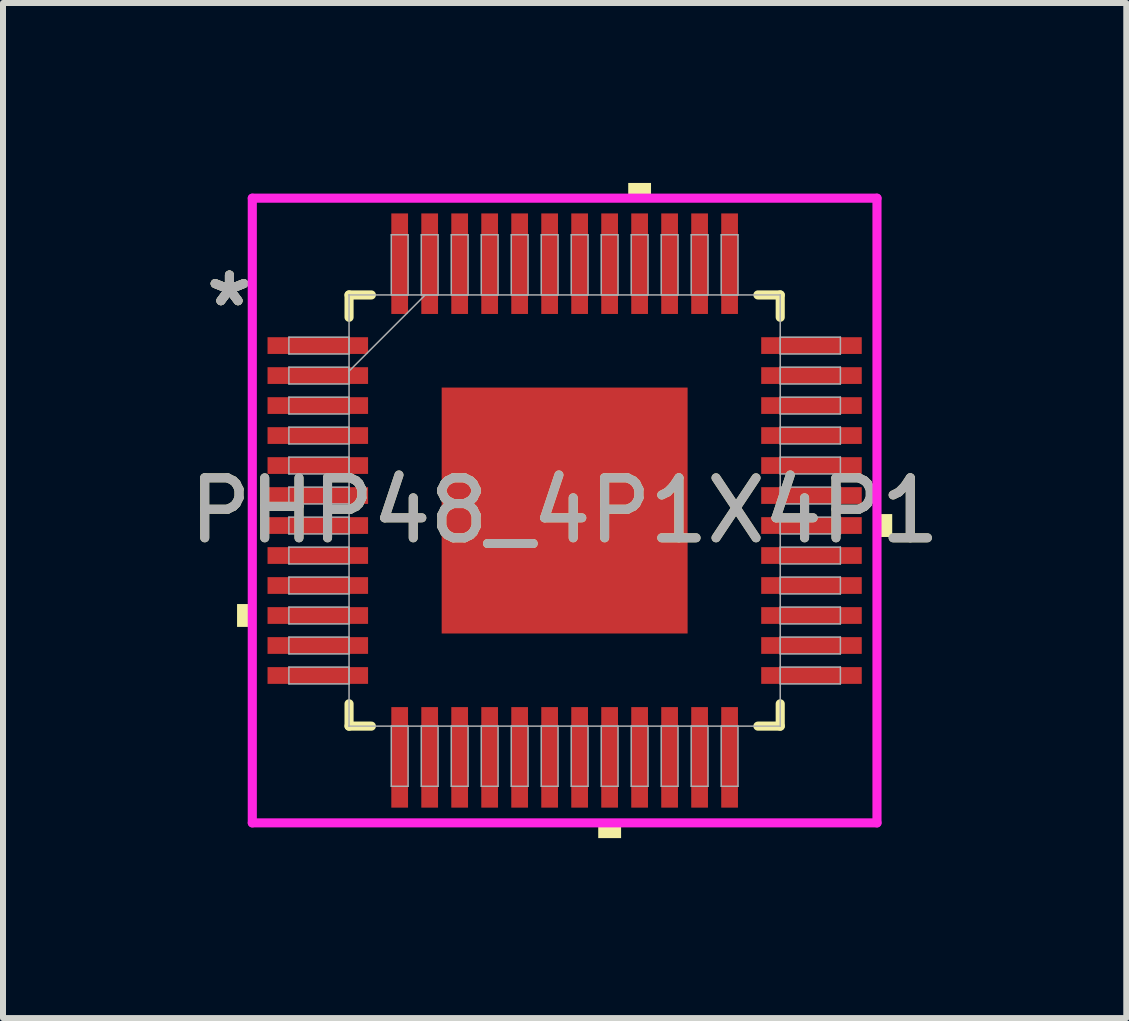
<source format=kicad_pcb>
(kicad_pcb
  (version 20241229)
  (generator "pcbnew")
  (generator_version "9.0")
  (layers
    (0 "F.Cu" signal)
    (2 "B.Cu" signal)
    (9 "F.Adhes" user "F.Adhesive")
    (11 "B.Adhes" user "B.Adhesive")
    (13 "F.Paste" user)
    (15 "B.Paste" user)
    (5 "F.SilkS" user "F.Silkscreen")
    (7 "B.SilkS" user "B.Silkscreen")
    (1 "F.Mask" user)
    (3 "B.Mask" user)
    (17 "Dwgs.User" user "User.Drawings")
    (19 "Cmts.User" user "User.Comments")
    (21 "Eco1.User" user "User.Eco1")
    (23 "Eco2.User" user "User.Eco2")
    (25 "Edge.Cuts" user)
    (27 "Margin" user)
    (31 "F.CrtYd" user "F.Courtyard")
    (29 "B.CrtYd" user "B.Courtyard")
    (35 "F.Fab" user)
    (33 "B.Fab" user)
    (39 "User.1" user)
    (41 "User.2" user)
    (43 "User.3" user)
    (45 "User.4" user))
  (footprint "PHP48_4P1X4P1"
    (layer "F.Cu")
    (at 6.363 5.461)
    (property "Reference" "PHP48_4P1X4P1" (at 0 0 0) (unlocked yes) (layer "F.SilkS") (effects (font (size 1 1) (thickness 0.15))))
    (attr smd)
    (fp_poly (pts (xy -2.114 -2.114) (xy -1.775 -2.114) (xy -1.775 2.114) (xy -2.114 2.114)) (stroke (width 0) (type solid)) (fill yes) (layer "F.Mask"))
    (fp_poly (pts (xy -2.114 -2.114) (xy 2.114 -2.114) (xy 2.114 -1.775) (xy -2.114 -1.775)) (stroke (width 0) (type solid)) (fill yes) (layer "F.Mask"))
    (fp_poly (pts (xy -2.114 -1.375) (xy 2.114 -1.375) (xy 2.114 -0.987) (xy -2.114 -0.987)) (stroke (width 0) (type solid)) (fill yes) (layer "F.Mask"))
    (fp_poly (pts (xy -2.114 -0.587) (xy 2.114 -0.587) (xy 2.114 -0.2) (xy -2.114 -0.2)) (stroke (width 0) (type solid)) (fill yes) (layer "F.Mask"))
    (fp_poly (pts (xy -2.114 0.2) (xy 2.114 0.2) (xy 2.114 0.587) (xy -2.114 0.587)) (stroke (width 0) (type solid)) (fill yes) (layer "F.Mask"))
    (fp_poly (pts (xy -2.114 0.987) (xy 2.114 0.987) (xy 2.114 1.375) (xy -2.114 1.375)) (stroke (width 0) (type solid)) (fill yes) (layer "F.Mask"))
    (fp_poly (pts (xy -2.114 1.775) (xy 2.114 1.775) (xy 2.114 2.114) (xy -2.114 2.114)) (stroke (width 0) (type solid)) (fill yes) (layer "F.Mask"))
    (fp_poly (pts (xy -0.987 -2.114) (xy -1.375 -2.114) (xy -1.375 2.114) (xy -0.987 2.114)) (stroke (width 0) (type solid)) (fill yes) (layer "F.Mask"))
    (fp_poly (pts (xy -0.2 -2.114) (xy -0.587 -2.114) (xy -0.587 2.114) (xy -0.2 2.114)) (stroke (width 0) (type solid)) (fill yes) (layer "F.Mask"))
    (fp_poly (pts (xy 0.587 -2.114) (xy 0.2 -2.114) (xy 0.2 2.114) (xy 0.587 2.114)) (stroke (width 0) (type solid)) (fill yes) (layer "F.Mask"))
    (fp_poly (pts (xy 1.375 -2.114) (xy 0.987 -2.114) (xy 0.987 2.114) (xy 1.375 2.114)) (stroke (width 0) (type solid)) (fill yes) (layer "F.Mask"))
    (fp_poly (pts (xy 1.775 -2.114) (xy 2.114 -2.114) (xy 2.114 2.114) (xy 1.775 2.114)) (stroke (width 0) (type solid)) (fill yes) (layer "F.Mask"))
    (fp_line (start -3.594 -3.594) (end -3.594 -3.222) (stroke (width 0.152) (type solid)) (layer "F.SilkS"))
    (fp_line (start -3.594 3.222) (end -3.594 3.594) (stroke (width 0.152) (type solid)) (layer "F.SilkS"))
    (fp_line (start -3.594 3.594) (end -3.222 3.594) (stroke (width 0.152) (type solid)) (layer "F.SilkS"))
    (fp_line (start -3.222 -3.594) (end -3.594 -3.594) (stroke (width 0.152) (type solid)) (layer "F.SilkS"))
    (fp_line (start 3.222 3.594) (end 3.594 3.594) (stroke (width 0.152) (type solid)) (layer "F.SilkS"))
    (fp_line (start 3.594 -3.594) (end 3.222 -3.594) (stroke (width 0.152) (type solid)) (layer "F.SilkS"))
    (fp_line (start 3.594 -3.222) (end 3.594 -3.594) (stroke (width 0.152) (type solid)) (layer "F.SilkS"))
    (fp_line (start 3.594 3.594) (end 3.594 3.222) (stroke (width 0.152) (type solid)) (layer "F.SilkS"))
    (fp_poly (pts (xy -5.461 1.559) (xy -5.461 1.94) (xy -5.207 1.94) (xy -5.207 1.559)) (stroke (width 0) (type solid)) (fill yes) (layer "F.SilkS"))
    (fp_poly (pts (xy 0.56 5.207) (xy 0.56 5.461) (xy 0.941 5.461) (xy 0.941 5.207)) (stroke (width 0) (type solid)) (fill yes) (layer "F.SilkS"))
    (fp_poly (pts (xy 1.06 -5.207) (xy 1.06 -5.461) (xy 1.44 -5.461) (xy 1.44 -5.207)) (stroke (width 0) (type solid)) (fill yes) (layer "F.SilkS"))
    (fp_poly (pts (xy 5.461 0.059) (xy 5.461 0.441) (xy 5.207 0.441) (xy 5.207 0.059)) (stroke (width 0) (type solid)) (fill yes) (layer "F.SilkS"))
    (fp_poly (pts (xy -1.975 -1.975) (xy -1.975 -1.675) (xy -1.816 -1.675) (xy -1.675 -1.816) (xy -1.675 -1.975)) (stroke (width 0) (type solid)) (fill yes) (layer "F.Paste"))
    (fp_poly (pts (xy -1.975 1.675) (xy -1.975 1.975) (xy -1.675 1.975) (xy -1.675 1.816) (xy -1.816 1.675)) (stroke (width 0) (type solid)) (fill yes) (layer "F.Paste"))
    (fp_poly (pts (xy 1.675 -1.975) (xy 1.675 -1.816) (xy 1.816 -1.675) (xy 1.975 -1.675) (xy 1.975 -1.975)) (stroke (width 0) (type solid)) (fill yes) (layer "F.Paste"))
    (fp_poly (pts (xy 1.816 1.675) (xy 1.675 1.816) (xy 1.675 1.975) (xy 1.975 1.975) (xy 1.975 1.675)) (stroke (width 0) (type solid)) (fill yes) (layer "F.Paste"))
    (fp_poly (pts (xy -1.975 -1.475) (xy -1.975 -0.887) (xy -1.816 -0.887) (xy -1.675 -1.029) (xy -1.675 -1.333) (xy -1.816 -1.475)) (stroke (width 0) (type solid)) (fill yes) (layer "F.Paste"))
    (fp_poly (pts (xy -1.975 -0.687) (xy -1.975 -0.1) (xy -1.816 -0.1) (xy -1.675 -0.241) (xy -1.675 -0.546) (xy -1.816 -0.687)) (stroke (width 0) (type solid)) (fill yes) (layer "F.Paste"))
    (fp_poly (pts (xy -1.975 0.1) (xy -1.975 0.687) (xy -1.816 0.687) (xy -1.675 0.546) (xy -1.675 0.241) (xy -1.816 0.1)) (stroke (width 0) (type solid)) (fill yes) (layer "F.Paste"))
    (fp_poly (pts (xy -1.975 0.887) (xy -1.975 1.475) (xy -1.816 1.475) (xy -1.675 1.333) (xy -1.675 1.029) (xy -1.816 0.887)) (stroke (width 0) (type solid)) (fill yes) (layer "F.Paste"))
    (fp_poly (pts (xy -1.475 -1.975) (xy -1.475 -1.816) (xy -1.333 -1.675) (xy -1.029 -1.675) (xy -0.887 -1.816) (xy -0.887 -1.975)) (stroke (width 0) (type solid)) (fill yes) (layer "F.Paste"))
    (fp_poly (pts (xy -1.333 1.675) (xy -1.475 1.816) (xy -1.475 1.975) (xy -0.887 1.975) (xy -0.887 1.816) (xy -1.029 1.675)) (stroke (width 0) (type solid)) (fill yes) (layer "F.Paste"))
    (fp_poly (pts (xy -0.687 -1.975) (xy -0.687 -1.816) (xy -0.546 -1.675) (xy -0.241 -1.675) (xy -0.1 -1.816) (xy -0.1 -1.975)) (stroke (width 0) (type solid)) (fill yes) (layer "F.Paste"))
    (fp_poly (pts (xy -0.546 1.675) (xy -0.687 1.816) (xy -0.687 1.975) (xy -0.1 1.975) (xy -0.1 1.816) (xy -0.241 1.675)) (stroke (width 0) (type solid)) (fill yes) (layer "F.Paste"))
    (fp_poly (pts (xy 0.1 -1.975) (xy 0.1 -1.816) (xy 0.241 -1.675) (xy 0.546 -1.675) (xy 0.687 -1.816) (xy 0.687 -1.975)) (stroke (width 0) (type solid)) (fill yes) (layer "F.Paste"))
    (fp_poly (pts (xy 0.241 1.675) (xy 0.1 1.816) (xy 0.1 1.975) (xy 0.687 1.975) (xy 0.687 1.816) (xy 0.546 1.675)) (stroke (width 0) (type solid)) (fill yes) (layer "F.Paste"))
    (fp_poly (pts (xy 0.887 -1.975) (xy 0.887 -1.816) (xy 1.029 -1.675) (xy 1.333 -1.675) (xy 1.475 -1.816) (xy 1.475 -1.975)) (stroke (width 0) (type solid)) (fill yes) (layer "F.Paste"))
    (fp_poly (pts (xy 1.029 1.675) (xy 0.887 1.816) (xy 0.887 1.975) (xy 1.475 1.975) (xy 1.475 1.816) (xy 1.333 1.675)) (stroke (width 0) (type solid)) (fill yes) (layer "F.Paste"))
    (fp_poly (pts (xy 1.816 -1.475) (xy 1.675 -1.333) (xy 1.675 -1.029) (xy 1.816 -0.887) (xy 1.975 -0.887) (xy 1.975 -1.475)) (stroke (width 0) (type solid)) (fill yes) (layer "F.Paste"))
    (fp_poly (pts (xy 1.816 -0.687) (xy 1.675 -0.546) (xy 1.675 -0.241) (xy 1.816 -0.1) (xy 1.975 -0.1) (xy 1.975 -0.687)) (stroke (width 0) (type solid)) (fill yes) (layer "F.Paste"))
    (fp_poly (pts (xy 1.816 0.1) (xy 1.675 0.241) (xy 1.675 0.546) (xy 1.816 0.687) (xy 1.975 0.687) (xy 1.975 0.1)) (stroke (width 0) (type solid)) (fill yes) (layer "F.Paste"))
    (fp_poly (pts (xy 1.816 0.887) (xy 1.675 1.029) (xy 1.675 1.333) (xy 1.816 1.475) (xy 1.975 1.475) (xy 1.975 0.887)) (stroke (width 0) (type solid)) (fill yes) (layer "F.Paste"))
    (fp_poly (pts (xy -1.333 -1.475) (xy -1.475 -1.333) (xy -1.475 -1.029) (xy -1.333 -0.887) (xy -1.029 -0.887) (xy -0.887 -1.029) (xy -0.887 -1.333) (xy -1.029 -1.475)) (stroke (width 0) (type solid)) (fill yes) (layer "F.Paste"))
    (fp_poly (pts (xy -1.333 -0.687) (xy -1.475 -0.546) (xy -1.475 -0.241) (xy -1.333 -0.1) (xy -1.029 -0.1) (xy -0.887 -0.241) (xy -0.887 -0.546) (xy -1.029 -0.687)) (stroke (width 0) (type solid)) (fill yes) (layer "F.Paste"))
    (fp_poly (pts (xy -1.333 0.1) (xy -1.475 0.241) (xy -1.475 0.546) (xy -1.333 0.687) (xy -1.029 0.687) (xy -0.887 0.546) (xy -0.887 0.241) (xy -1.029 0.1)) (stroke (width 0) (type solid)) (fill yes) (layer "F.Paste"))
    (fp_poly (pts (xy -1.333 0.887) (xy -1.475 1.029) (xy -1.475 1.333) (xy -1.333 1.475) (xy -1.029 1.475) (xy -0.887 1.333) (xy -0.887 1.029) (xy -1.029 0.887)) (stroke (width 0) (type solid)) (fill yes) (layer "F.Paste"))
    (fp_poly (pts (xy -0.546 -1.475) (xy -0.687 -1.333) (xy -0.687 -1.029) (xy -0.546 -0.887) (xy -0.241 -0.887) (xy -0.1 -1.029) (xy -0.1 -1.333) (xy -0.241 -1.475)) (stroke (width 0) (type solid)) (fill yes) (layer "F.Paste"))
    (fp_poly (pts (xy -0.546 -0.687) (xy -0.687 -0.546) (xy -0.687 -0.241) (xy -0.546 -0.1) (xy -0.241 -0.1) (xy -0.1 -0.241) (xy -0.1 -0.546) (xy -0.241 -0.687)) (stroke (width 0) (type solid)) (fill yes) (layer "F.Paste"))
    (fp_poly (pts (xy -0.546 0.1) (xy -0.687 0.241) (xy -0.687 0.546) (xy -0.546 0.687) (xy -0.241 0.687) (xy -0.1 0.546) (xy -0.1 0.241) (xy -0.241 0.1)) (stroke (width 0) (type solid)) (fill yes) (layer "F.Paste"))
    (fp_poly (pts (xy -0.546 0.887) (xy -0.687 1.029) (xy -0.687 1.333) (xy -0.546 1.475) (xy -0.241 1.475) (xy -0.1 1.333) (xy -0.1 1.029) (xy -0.241 0.887)) (stroke (width 0) (type solid)) (fill yes) (layer "F.Paste"))
    (fp_poly (pts (xy 0.241 -1.475) (xy 0.1 -1.333) (xy 0.1 -1.029) (xy 0.241 -0.887) (xy 0.546 -0.887) (xy 0.687 -1.029) (xy 0.687 -1.333) (xy 0.546 -1.475)) (stroke (width 0) (type solid)) (fill yes) (layer "F.Paste"))
    (fp_poly (pts (xy 0.241 -0.687) (xy 0.1 -0.546) (xy 0.1 -0.241) (xy 0.241 -0.1) (xy 0.546 -0.1) (xy 0.687 -0.241) (xy 0.687 -0.546) (xy 0.546 -0.687)) (stroke (width 0) (type solid)) (fill yes) (layer "F.Paste"))
    (fp_poly (pts (xy 0.241 0.1) (xy 0.1 0.241) (xy 0.1 0.546) (xy 0.241 0.687) (xy 0.546 0.687) (xy 0.687 0.546) (xy 0.687 0.241) (xy 0.546 0.1)) (stroke (width 0) (type solid)) (fill yes) (layer "F.Paste"))
    (fp_poly (pts (xy 0.241 0.887) (xy 0.1 1.029) (xy 0.1 1.333) (xy 0.241 1.475) (xy 0.546 1.475) (xy 0.687 1.333) (xy 0.687 1.029) (xy 0.546 0.887)) (stroke (width 0) (type solid)) (fill yes) (layer "F.Paste"))
    (fp_poly (pts (xy 1.029 -1.475) (xy 0.887 -1.333) (xy 0.887 -1.029) (xy 1.029 -0.887) (xy 1.333 -0.887) (xy 1.475 -1.029) (xy 1.475 -1.333) (xy 1.333 -1.475)) (stroke (width 0) (type solid)) (fill yes) (layer "F.Paste"))
    (fp_poly (pts (xy 1.029 -0.687) (xy 0.887 -0.546) (xy 0.887 -0.241) (xy 1.029 -0.1) (xy 1.333 -0.1) (xy 1.475 -0.241) (xy 1.475 -0.546) (xy 1.333 -0.687)) (stroke (width 0) (type solid)) (fill yes) (layer "F.Paste"))
    (fp_poly (pts (xy 1.029 0.1) (xy 0.887 0.241) (xy 0.887 0.546) (xy 1.029 0.687) (xy 1.333 0.687) (xy 1.475 0.546) (xy 1.475 0.241) (xy 1.333 0.1)) (stroke (width 0) (type solid)) (fill yes) (layer "F.Paste"))
    (fp_poly (pts (xy 1.029 0.887) (xy 0.887 1.029) (xy 0.887 1.333) (xy 1.029 1.475) (xy 1.333 1.475) (xy 1.475 1.333) (xy 1.475 1.029) (xy 1.333 0.887)) (stroke (width 0) (type solid)) (fill yes) (layer "F.Paste"))
    (fp_line (start -5.207 -5.207) (end 5.207 -5.207) (stroke (width 0.152) (type solid)) (layer "F.CrtYd"))
    (fp_line (start -5.207 5.207) (end -5.207 -5.207) (stroke (width 0.152) (type solid)) (layer "F.CrtYd"))
    (fp_line (start 5.207 -5.207) (end 5.207 5.207) (stroke (width 0.152) (type solid)) (layer "F.CrtYd"))
    (fp_line (start 5.207 5.207) (end -5.207 5.207) (stroke (width 0.152) (type solid)) (layer "F.CrtYd"))
    (fp_line (start -4.597 -2.89) (end -4.597 -2.61) (stroke (width 0.025) (type solid)) (layer "F.Fab"))
    (fp_line (start -4.597 -2.61) (end -3.594 -2.61) (stroke (width 0.025) (type solid)) (layer "F.Fab"))
    (fp_line (start -4.597 -2.39) (end -4.597 -2.11) (stroke (width 0.025) (type solid)) (layer "F.Fab"))
    (fp_line (start -4.597 -2.11) (end -3.594 -2.11) (stroke (width 0.025) (type solid)) (layer "F.Fab"))
    (fp_line (start -4.597 -1.89) (end -4.597 -1.61) (stroke (width 0.025) (type solid)) (layer "F.Fab"))
    (fp_line (start -4.597 -1.61) (end -3.594 -1.61) (stroke (width 0.025) (type solid)) (layer "F.Fab"))
    (fp_line (start -4.597 -1.39) (end -4.597 -1.11) (stroke (width 0.025) (type solid)) (layer "F.Fab"))
    (fp_line (start -4.597 -1.11) (end -3.594 -1.11) (stroke (width 0.025) (type solid)) (layer "F.Fab"))
    (fp_line (start -4.597 -0.89) (end -4.597 -0.61) (stroke (width 0.025) (type solid)) (layer "F.Fab"))
    (fp_line (start -4.597 -0.61) (end -3.594 -0.61) (stroke (width 0.025) (type solid)) (layer "F.Fab"))
    (fp_line (start -4.597 -0.39) (end -4.597 -0.11) (stroke (width 0.025) (type solid)) (layer "F.Fab"))
    (fp_line (start -4.597 -0.11) (end -3.594 -0.11) (stroke (width 0.025) (type solid)) (layer "F.Fab"))
    (fp_line (start -4.597 0.11) (end -4.597 0.39) (stroke (width 0.025) (type solid)) (layer "F.Fab"))
    (fp_line (start -4.597 0.39) (end -3.594 0.39) (stroke (width 0.025) (type solid)) (layer "F.Fab"))
    (fp_line (start -4.597 0.61) (end -4.597 0.89) (stroke (width 0.025) (type solid)) (layer "F.Fab"))
    (fp_line (start -4.597 0.89) (end -3.594 0.89) (stroke (width 0.025) (type solid)) (layer "F.Fab"))
    (fp_line (start -4.597 1.11) (end -4.597 1.39) (stroke (width 0.025) (type solid)) (layer "F.Fab"))
    (fp_line (start -4.597 1.39) (end -3.594 1.39) (stroke (width 0.025) (type solid)) (layer "F.Fab"))
    (fp_line (start -4.597 1.61) (end -4.597 1.89) (stroke (width 0.025) (type solid)) (layer "F.Fab"))
    (fp_line (start -4.597 1.89) (end -3.594 1.89) (stroke (width 0.025) (type solid)) (layer "F.Fab"))
    (fp_line (start -4.597 2.11) (end -4.597 2.39) (stroke (width 0.025) (type solid)) (layer "F.Fab"))
    (fp_line (start -4.597 2.39) (end -3.594 2.39) (stroke (width 0.025) (type solid)) (layer "F.Fab"))
    (fp_line (start -4.597 2.61) (end -4.597 2.89) (stroke (width 0.025) (type solid)) (layer "F.Fab"))
    (fp_line (start -4.597 2.89) (end -3.594 2.89) (stroke (width 0.025) (type solid)) (layer "F.Fab"))
    (fp_line (start -3.594 -3.594) (end -3.594 -3.594) (stroke (width 0.025) (type solid)) (layer "F.Fab"))
    (fp_line (start -3.594 -3.594) (end -3.594 3.594) (stroke (width 0.025) (type solid)) (layer "F.Fab"))
    (fp_line (start -3.594 -2.89) (end -4.597 -2.89) (stroke (width 0.025) (type solid)) (layer "F.Fab"))
    (fp_line (start -3.594 -2.61) (end -3.594 -2.89) (stroke (width 0.025) (type solid)) (layer "F.Fab"))
    (fp_line (start -3.594 -2.39) (end -4.597 -2.39) (stroke (width 0.025) (type solid)) (layer "F.Fab"))
    (fp_line (start -3.594 -2.324) (end -2.324 -3.594) (stroke (width 0.025) (type solid)) (layer "F.Fab"))
    (fp_line (start -3.594 -2.11) (end -3.594 -2.39) (stroke (width 0.025) (type solid)) (layer "F.Fab"))
    (fp_line (start -3.594 -1.89) (end -4.597 -1.89) (stroke (width 0.025) (type solid)) (layer "F.Fab"))
    (fp_line (start -3.594 -1.61) (end -3.594 -1.89) (stroke (width 0.025) (type solid)) (layer "F.Fab"))
    (fp_line (start -3.594 -1.39) (end -4.597 -1.39) (stroke (width 0.025) (type solid)) (layer "F.Fab"))
    (fp_line (start -3.594 -1.11) (end -3.594 -1.39) (stroke (width 0.025) (type solid)) (layer "F.Fab"))
    (fp_line (start -3.594 -0.89) (end -4.597 -0.89) (stroke (width 0.025) (type solid)) (layer "F.Fab"))
    (fp_line (start -3.594 -0.61) (end -3.594 -0.89) (stroke (width 0.025) (type solid)) (layer "F.Fab"))
    (fp_line (start -3.594 -0.39) (end -4.597 -0.39) (stroke (width 0.025) (type solid)) (layer "F.Fab"))
    (fp_line (start -3.594 -0.11) (end -3.594 -0.39) (stroke (width 0.025) (type solid)) (layer "F.Fab"))
    (fp_line (start -3.594 0.11) (end -4.597 0.11) (stroke (width 0.025) (type solid)) (layer "F.Fab"))
    (fp_line (start -3.594 0.39) (end -3.594 0.11) (stroke (width 0.025) (type solid)) (layer "F.Fab"))
    (fp_line (start -3.594 0.61) (end -4.597 0.61) (stroke (width 0.025) (type solid)) (layer "F.Fab"))
    (fp_line (start -3.594 0.89) (end -3.594 0.61) (stroke (width 0.025) (type solid)) (layer "F.Fab"))
    (fp_line (start -3.594 1.11) (end -4.597 1.11) (stroke (width 0.025) (type solid)) (layer "F.Fab"))
    (fp_line (start -3.594 1.39) (end -3.594 1.11) (stroke (width 0.025) (type solid)) (layer "F.Fab"))
    (fp_line (start -3.594 1.61) (end -4.597 1.61) (stroke (width 0.025) (type solid)) (layer "F.Fab"))
    (fp_line (start -3.594 1.89) (end -3.594 1.61) (stroke (width 0.025) (type solid)) (layer "F.Fab"))
    (fp_line (start -3.594 2.11) (end -4.597 2.11) (stroke (width 0.025) (type solid)) (layer "F.Fab"))
    (fp_line (start -3.594 2.39) (end -3.594 2.11) (stroke (width 0.025) (type solid)) (layer "F.Fab"))
    (fp_line (start -3.594 2.61) (end -4.597 2.61) (stroke (width 0.025) (type solid)) (layer "F.Fab"))
    (fp_line (start -3.594 2.89) (end -3.594 2.61) (stroke (width 0.025) (type solid)) (layer "F.Fab"))
    (fp_line (start -3.594 3.594) (end -3.594 3.594) (stroke (width 0.025) (type solid)) (layer "F.Fab"))
    (fp_line (start -3.594 3.594) (end 3.594 3.594) (stroke (width 0.025) (type solid)) (layer "F.Fab"))
    (fp_line (start -2.89 -4.597) (end -2.89 -3.594) (stroke (width 0.025) (type solid)) (layer "F.Fab"))
    (fp_line (start -2.89 -3.594) (end -2.61 -3.594) (stroke (width 0.025) (type solid)) (layer "F.Fab"))
    (fp_line (start -2.89 3.594) (end -2.89 4.597) (stroke (width 0.025) (type solid)) (layer "F.Fab"))
    (fp_line (start -2.89 4.597) (end -2.61 4.597) (stroke (width 0.025) (type solid)) (layer "F.Fab"))
    (fp_line (start -2.61 -4.597) (end -2.89 -4.597) (stroke (width 0.025) (type solid)) (layer "F.Fab"))
    (fp_line (start -2.61 -3.594) (end -2.61 -4.597) (stroke (width 0.025) (type solid)) (layer "F.Fab"))
    (fp_line (start -2.61 3.594) (end -2.89 3.594) (stroke (width 0.025) (type solid)) (layer "F.Fab"))
    (fp_line (start -2.61 4.597) (end -2.61 3.594) (stroke (width 0.025) (type solid)) (layer "F.Fab"))
    (fp_line (start -2.39 -4.597) (end -2.39 -3.594) (stroke (width 0.025) (type solid)) (layer "F.Fab"))
    (fp_line (start -2.39 -3.594) (end -2.11 -3.594) (stroke (width 0.025) (type solid)) (layer "F.Fab"))
    (fp_line (start -2.39 3.594) (end -2.39 4.597) (stroke (width 0.025) (type solid)) (layer "F.Fab"))
    (fp_line (start -2.39 4.597) (end -2.11 4.597) (stroke (width 0.025) (type solid)) (layer "F.Fab"))
    (fp_line (start -2.11 -4.597) (end -2.39 -4.597) (stroke (width 0.025) (type solid)) (layer "F.Fab"))
    (fp_line (start -2.11 -3.594) (end -2.11 -4.597) (stroke (width 0.025) (type solid)) (layer "F.Fab"))
    (fp_line (start -2.11 3.594) (end -2.39 3.594) (stroke (width 0.025) (type solid)) (layer "F.Fab"))
    (fp_line (start -2.11 4.597) (end -2.11 3.594) (stroke (width 0.025) (type solid)) (layer "F.Fab"))
    (fp_line (start -1.89 -4.597) (end -1.89 -3.594) (stroke (width 0.025) (type solid)) (layer "F.Fab"))
    (fp_line (start -1.89 -3.594) (end -1.61 -3.594) (stroke (width 0.025) (type solid)) (layer "F.Fab"))
    (fp_line (start -1.89 3.594) (end -1.89 4.597) (stroke (width 0.025) (type solid)) (layer "F.Fab"))
    (fp_line (start -1.89 4.597) (end -1.61 4.597) (stroke (width 0.025) (type solid)) (layer "F.Fab"))
    (fp_line (start -1.61 -4.597) (end -1.89 -4.597) (stroke (width 0.025) (type solid)) (layer "F.Fab"))
    (fp_line (start -1.61 -3.594) (end -1.61 -4.597) (stroke (width 0.025) (type solid)) (layer "F.Fab"))
    (fp_line (start -1.61 3.594) (end -1.89 3.594) (stroke (width 0.025) (type solid)) (layer "F.Fab"))
    (fp_line (start -1.61 4.597) (end -1.61 3.594) (stroke (width 0.025) (type solid)) (layer "F.Fab"))
    (fp_line (start -1.39 -4.597) (end -1.39 -3.594) (stroke (width 0.025) (type solid)) (layer "F.Fab"))
    (fp_line (start -1.39 -3.594) (end -1.11 -3.594) (stroke (width 0.025) (type solid)) (layer "F.Fab"))
    (fp_line (start -1.39 3.594) (end -1.39 4.597) (stroke (width 0.025) (type solid)) (layer "F.Fab"))
    (fp_line (start -1.39 4.597) (end -1.11 4.597) (stroke (width 0.025) (type solid)) (layer "F.Fab"))
    (fp_line (start -1.11 -4.597) (end -1.39 -4.597) (stroke (width 0.025) (type solid)) (layer "F.Fab"))
    (fp_line (start -1.11 -3.594) (end -1.11 -4.597) (stroke (width 0.025) (type solid)) (layer "F.Fab"))
    (fp_line (start -1.11 3.594) (end -1.39 3.594) (stroke (width 0.025) (type solid)) (layer "F.Fab"))
    (fp_line (start -1.11 4.597) (end -1.11 3.594) (stroke (width 0.025) (type solid)) (layer "F.Fab"))
    (fp_line (start -0.89 -4.597) (end -0.89 -3.594) (stroke (width 0.025) (type solid)) (layer "F.Fab"))
    (fp_line (start -0.89 -3.594) (end -0.61 -3.594) (stroke (width 0.025) (type solid)) (layer "F.Fab"))
    (fp_line (start -0.89 3.594) (end -0.89 4.597) (stroke (width 0.025) (type solid)) (layer "F.Fab"))
    (fp_line (start -0.89 4.597) (end -0.61 4.597) (stroke (width 0.025) (type solid)) (layer "F.Fab"))
    (fp_line (start -0.61 -4.597) (end -0.89 -4.597) (stroke (width 0.025) (type solid)) (layer "F.Fab"))
    (fp_line (start -0.61 -3.594) (end -0.61 -4.597) (stroke (width 0.025) (type solid)) (layer "F.Fab"))
    (fp_line (start -0.61 3.594) (end -0.89 3.594) (stroke (width 0.025) (type solid)) (layer "F.Fab"))
    (fp_line (start -0.61 4.597) (end -0.61 3.594) (stroke (width 0.025) (type solid)) (layer "F.Fab"))
    (fp_line (start -0.39 -4.597) (end -0.39 -3.594) (stroke (width 0.025) (type solid)) (layer "F.Fab"))
    (fp_line (start -0.39 -3.594) (end -0.11 -3.594) (stroke (width 0.025) (type solid)) (layer "F.Fab"))
    (fp_line (start -0.39 3.594) (end -0.39 4.597) (stroke (width 0.025) (type solid)) (layer "F.Fab"))
    (fp_line (start -0.39 4.597) (end -0.11 4.597) (stroke (width 0.025) (type solid)) (layer "F.Fab"))
    (fp_line (start -0.11 -4.597) (end -0.39 -4.597) (stroke (width 0.025) (type solid)) (layer "F.Fab"))
    (fp_line (start -0.11 -3.594) (end -0.11 -4.597) (stroke (width 0.025) (type solid)) (layer "F.Fab"))
    (fp_line (start -0.11 3.594) (end -0.39 3.594) (stroke (width 0.025) (type solid)) (layer "F.Fab"))
    (fp_line (start -0.11 4.597) (end -0.11 3.594) (stroke (width 0.025) (type solid)) (layer "F.Fab"))
    (fp_line (start 0.11 -4.597) (end 0.11 -3.594) (stroke (width 0.025) (type solid)) (layer "F.Fab"))
    (fp_line (start 0.11 -3.594) (end 0.39 -3.594) (stroke (width 0.025) (type solid)) (layer "F.Fab"))
    (fp_line (start 0.11 3.594) (end 0.11 4.597) (stroke (width 0.025) (type solid)) (layer "F.Fab"))
    (fp_line (start 0.11 4.597) (end 0.39 4.597) (stroke (width 0.025) (type solid)) (layer "F.Fab"))
    (fp_line (start 0.39 -4.597) (end 0.11 -4.597) (stroke (width 0.025) (type solid)) (layer "F.Fab"))
    (fp_line (start 0.39 -3.594) (end 0.39 -4.597) (stroke (width 0.025) (type solid)) (layer "F.Fab"))
    (fp_line (start 0.39 3.594) (end 0.11 3.594) (stroke (width 0.025) (type solid)) (layer "F.Fab"))
    (fp_line (start 0.39 4.597) (end 0.39 3.594) (stroke (width 0.025) (type solid)) (layer "F.Fab"))
    (fp_line (start 0.61 -4.597) (end 0.61 -3.594) (stroke (width 0.025) (type solid)) (layer "F.Fab"))
    (fp_line (start 0.61 -3.594) (end 0.89 -3.594) (stroke (width 0.025) (type solid)) (layer "F.Fab"))
    (fp_line (start 0.61 3.594) (end 0.61 4.597) (stroke (width 0.025) (type solid)) (layer "F.Fab"))
    (fp_line (start 0.61 4.597) (end 0.89 4.597) (stroke (width 0.025) (type solid)) (layer "F.Fab"))
    (fp_line (start 0.89 -4.597) (end 0.61 -4.597) (stroke (width 0.025) (type solid)) (layer "F.Fab"))
    (fp_line (start 0.89 -3.594) (end 0.89 -4.597) (stroke (width 0.025) (type solid)) (layer "F.Fab"))
    (fp_line (start 0.89 3.594) (end 0.61 3.594) (stroke (width 0.025) (type solid)) (layer "F.Fab"))
    (fp_line (start 0.89 4.597) (end 0.89 3.594) (stroke (width 0.025) (type solid)) (layer "F.Fab"))
    (fp_line (start 1.11 -4.597) (end 1.11 -3.594) (stroke (width 0.025) (type solid)) (layer "F.Fab"))
    (fp_line (start 1.11 -3.594) (end 1.39 -3.594) (stroke (width 0.025) (type solid)) (layer "F.Fab"))
    (fp_line (start 1.11 3.594) (end 1.11 4.597) (stroke (width 0.025) (type solid)) (layer "F.Fab"))
    (fp_line (start 1.11 4.597) (end 1.39 4.597) (stroke (width 0.025) (type solid)) (layer "F.Fab"))
    (fp_line (start 1.39 -4.597) (end 1.11 -4.597) (stroke (width 0.025) (type solid)) (layer "F.Fab"))
    (fp_line (start 1.39 -3.594) (end 1.39 -4.597) (stroke (width 0.025) (type solid)) (layer "F.Fab"))
    (fp_line (start 1.39 3.594) (end 1.11 3.594) (stroke (width 0.025) (type solid)) (layer "F.Fab"))
    (fp_line (start 1.39 4.597) (end 1.39 3.594) (stroke (width 0.025) (type solid)) (layer "F.Fab"))
    (fp_line (start 1.61 -4.597) (end 1.61 -3.594) (stroke (width 0.025) (type solid)) (layer "F.Fab"))
    (fp_line (start 1.61 -3.594) (end 1.89 -3.594) (stroke (width 0.025) (type solid)) (layer "F.Fab"))
    (fp_line (start 1.61 3.594) (end 1.61 4.597) (stroke (width 0.025) (type solid)) (layer "F.Fab"))
    (fp_line (start 1.61 4.597) (end 1.89 4.597) (stroke (width 0.025) (type solid)) (layer "F.Fab"))
    (fp_line (start 1.89 -4.597) (end 1.61 -4.597) (stroke (width 0.025) (type solid)) (layer "F.Fab"))
    (fp_line (start 1.89 -3.594) (end 1.89 -4.597) (stroke (width 0.025) (type solid)) (layer "F.Fab"))
    (fp_line (start 1.89 3.594) (end 1.61 3.594) (stroke (width 0.025) (type solid)) (layer "F.Fab"))
    (fp_line (start 1.89 4.597) (end 1.89 3.594) (stroke (width 0.025) (type solid)) (layer "F.Fab"))
    (fp_line (start 2.11 -4.597) (end 2.11 -3.594) (stroke (width 0.025) (type solid)) (layer "F.Fab"))
    (fp_line (start 2.11 -3.594) (end 2.39 -3.594) (stroke (width 0.025) (type solid)) (layer "F.Fab"))
    (fp_line (start 2.11 3.594) (end 2.11 4.597) (stroke (width 0.025) (type solid)) (layer "F.Fab"))
    (fp_line (start 2.11 4.597) (end 2.39 4.597) (stroke (width 0.025) (type solid)) (layer "F.Fab"))
    (fp_line (start 2.39 -4.597) (end 2.11 -4.597) (stroke (width 0.025) (type solid)) (layer "F.Fab"))
    (fp_line (start 2.39 -3.594) (end 2.39 -4.597) (stroke (width 0.025) (type solid)) (layer "F.Fab"))
    (fp_line (start 2.39 3.594) (end 2.11 3.594) (stroke (width 0.025) (type solid)) (layer "F.Fab"))
    (fp_line (start 2.39 4.597) (end 2.39 3.594) (stroke (width 0.025) (type solid)) (layer "F.Fab"))
    (fp_line (start 2.61 -4.597) (end 2.61 -3.594) (stroke (width 0.025) (type solid)) (layer "F.Fab"))
    (fp_line (start 2.61 -3.594) (end 2.89 -3.594) (stroke (width 0.025) (type solid)) (layer "F.Fab"))
    (fp_line (start 2.61 3.594) (end 2.61 4.597) (stroke (width 0.025) (type solid)) (layer "F.Fab"))
    (fp_line (start 2.61 4.597) (end 2.89 4.597) (stroke (width 0.025) (type solid)) (layer "F.Fab"))
    (fp_line (start 2.89 -4.597) (end 2.61 -4.597) (stroke (width 0.025) (type solid)) (layer "F.Fab"))
    (fp_line (start 2.89 -3.594) (end 2.89 -4.597) (stroke (width 0.025) (type solid)) (layer "F.Fab"))
    (fp_line (start 2.89 3.594) (end 2.61 3.594) (stroke (width 0.025) (type solid)) (layer "F.Fab"))
    (fp_line (start 2.89 4.597) (end 2.89 3.594) (stroke (width 0.025) (type solid)) (layer "F.Fab"))
    (fp_line (start 3.594 -3.594) (end -3.594 -3.594) (stroke (width 0.025) (type solid)) (layer "F.Fab"))
    (fp_line (start 3.594 -3.594) (end 3.594 -3.594) (stroke (width 0.025) (type solid)) (layer "F.Fab"))
    (fp_line (start 3.594 -2.89) (end 3.594 -2.61) (stroke (width 0.025) (type solid)) (layer "F.Fab"))
    (fp_line (start 3.594 -2.61) (end 4.597 -2.61) (stroke (width 0.025) (type solid)) (layer "F.Fab"))
    (fp_line (start 3.594 -2.39) (end 3.594 -2.11) (stroke (width 0.025) (type solid)) (layer "F.Fab"))
    (fp_line (start 3.594 -2.11) (end 4.597 -2.11) (stroke (width 0.025) (type solid)) (layer "F.Fab"))
    (fp_line (start 3.594 -1.89) (end 3.594 -1.61) (stroke (width 0.025) (type solid)) (layer "F.Fab"))
    (fp_line (start 3.594 -1.61) (end 4.597 -1.61) (stroke (width 0.025) (type solid)) (layer "F.Fab"))
    (fp_line (start 3.594 -1.39) (end 3.594 -1.11) (stroke (width 0.025) (type solid)) (layer "F.Fab"))
    (fp_line (start 3.594 -1.11) (end 4.597 -1.11) (stroke (width 0.025) (type solid)) (layer "F.Fab"))
    (fp_line (start 3.594 -0.89) (end 3.594 -0.61) (stroke (width 0.025) (type solid)) (layer "F.Fab"))
    (fp_line (start 3.594 -0.61) (end 4.597 -0.61) (stroke (width 0.025) (type solid)) (layer "F.Fab"))
    (fp_line (start 3.594 -0.39) (end 3.594 -0.11) (stroke (width 0.025) (type solid)) (layer "F.Fab"))
    (fp_line (start 3.594 -0.11) (end 4.597 -0.11) (stroke (width 0.025) (type solid)) (layer "F.Fab"))
    (fp_line (start 3.594 0.11) (end 3.594 0.39) (stroke (width 0.025) (type solid)) (layer "F.Fab"))
    (fp_line (start 3.594 0.39) (end 4.597 0.39) (stroke (width 0.025) (type solid)) (layer "F.Fab"))
    (fp_line (start 3.594 0.61) (end 3.594 0.89) (stroke (width 0.025) (type solid)) (layer "F.Fab"))
    (fp_line (start 3.594 0.89) (end 4.597 0.89) (stroke (width 0.025) (type solid)) (layer "F.Fab"))
    (fp_line (start 3.594 1.11) (end 3.594 1.39) (stroke (width 0.025) (type solid)) (layer "F.Fab"))
    (fp_line (start 3.594 1.39) (end 4.597 1.39) (stroke (width 0.025) (type solid)) (layer "F.Fab"))
    (fp_line (start 3.594 1.61) (end 3.594 1.89) (stroke (width 0.025) (type solid)) (layer "F.Fab"))
    (fp_line (start 3.594 1.89) (end 4.597 1.89) (stroke (width 0.025) (type solid)) (layer "F.Fab"))
    (fp_line (start 3.594 2.11) (end 3.594 2.39) (stroke (width 0.025) (type solid)) (layer "F.Fab"))
    (fp_line (start 3.594 2.39) (end 4.597 2.39) (stroke (width 0.025) (type solid)) (layer "F.Fab"))
    (fp_line (start 3.594 2.61) (end 3.594 2.89) (stroke (width 0.025) (type solid)) (layer "F.Fab"))
    (fp_line (start 3.594 2.89) (end 4.597 2.89) (stroke (width 0.025) (type solid)) (layer "F.Fab"))
    (fp_line (start 3.594 3.594) (end 3.594 -3.594) (stroke (width 0.025) (type solid)) (layer "F.Fab"))
    (fp_line (start 3.594 3.594) (end 3.594 3.594) (stroke (width 0.025) (type solid)) (layer "F.Fab"))
    (fp_line (start 4.597 -2.89) (end 3.594 -2.89) (stroke (width 0.025) (type solid)) (layer "F.Fab"))
    (fp_line (start 4.597 -2.61) (end 4.597 -2.89) (stroke (width 0.025) (type solid)) (layer "F.Fab"))
    (fp_line (start 4.597 -2.39) (end 3.594 -2.39) (stroke (width 0.025) (type solid)) (layer "F.Fab"))
    (fp_line (start 4.597 -2.11) (end 4.597 -2.39) (stroke (width 0.025) (type solid)) (layer "F.Fab"))
    (fp_line (start 4.597 -1.89) (end 3.594 -1.89) (stroke (width 0.025) (type solid)) (layer "F.Fab"))
    (fp_line (start 4.597 -1.61) (end 4.597 -1.89) (stroke (width 0.025) (type solid)) (layer "F.Fab"))
    (fp_line (start 4.597 -1.39) (end 3.594 -1.39) (stroke (width 0.025) (type solid)) (layer "F.Fab"))
    (fp_line (start 4.597 -1.11) (end 4.597 -1.39) (stroke (width 0.025) (type solid)) (layer "F.Fab"))
    (fp_line (start 4.597 -0.89) (end 3.594 -0.89) (stroke (width 0.025) (type solid)) (layer "F.Fab"))
    (fp_line (start 4.597 -0.61) (end 4.597 -0.89) (stroke (width 0.025) (type solid)) (layer "F.Fab"))
    (fp_line (start 4.597 -0.39) (end 3.594 -0.39) (stroke (width 0.025) (type solid)) (layer "F.Fab"))
    (fp_line (start 4.597 -0.11) (end 4.597 -0.39) (stroke (width 0.025) (type solid)) (layer "F.Fab"))
    (fp_line (start 4.597 0.11) (end 3.594 0.11) (stroke (width 0.025) (type solid)) (layer "F.Fab"))
    (fp_line (start 4.597 0.39) (end 4.597 0.11) (stroke (width 0.025) (type solid)) (layer "F.Fab"))
    (fp_line (start 4.597 0.61) (end 3.594 0.61) (stroke (width 0.025) (type solid)) (layer "F.Fab"))
    (fp_line (start 4.597 0.89) (end 4.597 0.61) (stroke (width 0.025) (type solid)) (layer "F.Fab"))
    (fp_line (start 4.597 1.11) (end 3.594 1.11) (stroke (width 0.025) (type solid)) (layer "F.Fab"))
    (fp_line (start 4.597 1.39) (end 4.597 1.11) (stroke (width 0.025) (type solid)) (layer "F.Fab"))
    (fp_line (start 4.597 1.61) (end 3.594 1.61) (stroke (width 0.025) (type solid)) (layer "F.Fab"))
    (fp_line (start 4.597 1.89) (end 4.597 1.61) (stroke (width 0.025) (type solid)) (layer "F.Fab"))
    (fp_line (start 4.597 2.11) (end 3.594 2.11) (stroke (width 0.025) (type solid)) (layer "F.Fab"))
    (fp_line (start 4.597 2.39) (end 4.597 2.11) (stroke (width 0.025) (type solid)) (layer "F.Fab"))
    (fp_line (start 4.597 2.61) (end 3.594 2.61) (stroke (width 0.025) (type solid)) (layer "F.Fab"))
    (fp_line (start 4.597 2.89) (end 4.597 2.61) (stroke (width 0.025) (type solid)) (layer "F.Fab"))
    (fp_text user "*" (at -5.588 -3.381 0) (unlocked yes) (layer "F.SilkS") (effects (font (size 1 1) (thickness 0.15))))
    (fp_text user "*" (at -5.588 -3.381 0) (layer "F.SilkS") (effects (font (size 1 1) (thickness 0.15))))
    (fp_text user "*" (at -5.588 -3.381 0) (layer "F.Fab") (effects (font (size 1 1) (thickness 0.15))))
    (fp_text user "*" (at -5.588 -3.381 0) (unlocked yes) (layer "F.Fab") (effects (font (size 1 1) (thickness 0.15))))
    (fp_text user "${REFERENCE}" (at 0 0 0) (unlocked yes) (layer "F.Fab") (effects (font (size 1 1) (thickness 0.15))))
    (pad "1" smd rect (at -4.115 -2.75 90) (size 0.279 1.676) (layers "F.Cu" "F.Mask" "F.Paste"))
    (pad "2" smd rect (at -4.115 -2.25 90) (size 0.279 1.676) (layers "F.Cu" "F.Mask" "F.Paste"))
    (pad "3" smd rect (at -4.115 -1.75 90) (size 0.279 1.676) (layers "F.Cu" "F.Mask" "F.Paste"))
    (pad "4" smd rect (at -4.115 -1.25 90) (size 0.279 1.676) (layers "F.Cu" "F.Mask" "F.Paste"))
    (pad "5" smd rect (at -4.115 -0.75 90) (size 0.279 1.676) (layers "F.Cu" "F.Mask" "F.Paste"))
    (pad "6" smd rect (at -4.115 -0.25 90) (size 0.279 1.676) (layers "F.Cu" "F.Mask" "F.Paste"))
    (pad "7" smd rect (at -4.115 0.25 90) (size 0.279 1.676) (layers "F.Cu" "F.Mask" "F.Paste"))
    (pad "8" smd rect (at -4.115 0.75 90) (size 0.279 1.676) (layers "F.Cu" "F.Mask" "F.Paste"))
    (pad "9" smd rect (at -4.115 1.25 90) (size 0.279 1.676) (layers "F.Cu" "F.Mask" "F.Paste"))
    (pad "10" smd rect (at -4.115 1.75 90) (size 0.279 1.676) (layers "F.Cu" "F.Mask" "F.Paste"))
    (pad "11" smd rect (at -4.115 2.25 90) (size 0.279 1.676) (layers "F.Cu" "F.Mask" "F.Paste"))
    (pad "12" smd rect (at -4.115 2.75 90) (size 0.279 1.676) (layers "F.Cu" "F.Mask" "F.Paste"))
    (pad "13" smd rect (at -2.75 4.115) (size 0.279 1.676) (layers "F.Cu" "F.Mask" "F.Paste"))
    (pad "14" smd rect (at -2.25 4.115) (size 0.279 1.676) (layers "F.Cu" "F.Mask" "F.Paste"))
    (pad "15" smd rect (at -1.75 4.115) (size 0.279 1.676) (layers "F.Cu" "F.Mask" "F.Paste"))
    (pad "16" smd rect (at -1.25 4.115) (size 0.279 1.676) (layers "F.Cu" "F.Mask" "F.Paste"))
    (pad "17" smd rect (at -0.75 4.115) (size 0.279 1.676) (layers "F.Cu" "F.Mask" "F.Paste"))
    (pad "18" smd rect (at -0.25 4.115) (size 0.279 1.676) (layers "F.Cu" "F.Mask" "F.Paste"))
    (pad "19" smd rect (at 0.25 4.115) (size 0.279 1.676) (layers "F.Cu" "F.Mask" "F.Paste"))
    (pad "20" smd rect (at 0.75 4.115) (size 0.279 1.676) (layers "F.Cu" "F.Mask" "F.Paste"))
    (pad "21" smd rect (at 1.25 4.115) (size 0.279 1.676) (layers "F.Cu" "F.Mask" "F.Paste"))
    (pad "22" smd rect (at 1.75 4.115) (size 0.279 1.676) (layers "F.Cu" "F.Mask" "F.Paste"))
    (pad "23" smd rect (at 2.25 4.115) (size 0.279 1.676) (layers "F.Cu" "F.Mask" "F.Paste"))
    (pad "24" smd rect (at 2.75 4.115) (size 0.279 1.676) (layers "F.Cu" "F.Mask" "F.Paste"))
    (pad "25" smd rect (at 4.115 2.75 90) (size 0.279 1.676) (layers "F.Cu" "F.Mask" "F.Paste"))
    (pad "26" smd rect (at 4.115 2.25 90) (size 0.279 1.676) (layers "F.Cu" "F.Mask" "F.Paste"))
    (pad "27" smd rect (at 4.115 1.75 90) (size 0.279 1.676) (layers "F.Cu" "F.Mask" "F.Paste"))
    (pad "28" smd rect (at 4.115 1.25 90) (size 0.279 1.676) (layers "F.Cu" "F.Mask" "F.Paste"))
    (pad "29" smd rect (at 4.115 0.75 90) (size 0.279 1.676) (layers "F.Cu" "F.Mask" "F.Paste"))
    (pad "30" smd rect (at 4.115 0.25 90) (size 0.279 1.676) (layers "F.Cu" "F.Mask" "F.Paste"))
    (pad "31" smd rect (at 4.115 -0.25 90) (size 0.279 1.676) (layers "F.Cu" "F.Mask" "F.Paste"))
    (pad "32" smd rect (at 4.115 -0.75 90) (size 0.279 1.676) (layers "F.Cu" "F.Mask" "F.Paste"))
    (pad "33" smd rect (at 4.115 -1.25 90) (size 0.279 1.676) (layers "F.Cu" "F.Mask" "F.Paste"))
    (pad "34" smd rect (at 4.115 -1.75 90) (size 0.279 1.676) (layers "F.Cu" "F.Mask" "F.Paste"))
    (pad "35" smd rect (at 4.115 -2.25 90) (size 0.279 1.676) (layers "F.Cu" "F.Mask" "F.Paste"))
    (pad "36" smd rect (at 4.115 -2.75 90) (size 0.279 1.676) (layers "F.Cu" "F.Mask" "F.Paste"))
    (pad "37" smd rect (at 2.75 -4.115) (size 0.279 1.676) (layers "F.Cu" "F.Mask" "F.Paste"))
    (pad "38" smd rect (at 2.25 -4.115) (size 0.279 1.676) (layers "F.Cu" "F.Mask" "F.Paste"))
    (pad "39" smd rect (at 1.75 -4.115) (size 0.279 1.676) (layers "F.Cu" "F.Mask" "F.Paste"))
    (pad "40" smd rect (at 1.25 -4.115) (size 0.279 1.676) (layers "F.Cu" "F.Mask" "F.Paste"))
    (pad "41" smd rect (at 0.75 -4.115) (size 0.279 1.676) (layers "F.Cu" "F.Mask" "F.Paste"))
    (pad "42" smd rect (at 0.25 -4.115) (size 0.279 1.676) (layers "F.Cu" "F.Mask" "F.Paste"))
    (pad "43" smd rect (at -0.25 -4.115) (size 0.279 1.676) (layers "F.Cu" "F.Mask" "F.Paste"))
    (pad "44" smd rect (at -0.75 -4.115) (size 0.279 1.676) (layers "F.Cu" "F.Mask" "F.Paste"))
    (pad "45" smd rect (at -1.25 -4.115) (size 0.279 1.676) (layers "F.Cu" "F.Mask" "F.Paste"))
    (pad "46" smd rect (at -1.75 -4.115) (size 0.279 1.676) (layers "F.Cu" "F.Mask" "F.Paste"))
    (pad "47" smd rect (at -2.25 -4.115) (size 0.279 1.676) (layers "F.Cu" "F.Mask" "F.Paste"))
    (pad "48" smd rect (at -2.75 -4.115) (size 0.279 1.676) (layers "F.Cu" "F.Mask" "F.Paste"))
    (pad "EPAD" smd rect (at 0 0) (size 4.1 4.1) (layers "F.Cu")))
  (gr_rect
    (start -3 -3)
    (end 15.726 13.922)
    (stroke (width 0.1) (type default))
    (fill no)
    (layer "Edge.Cuts")))
</source>
